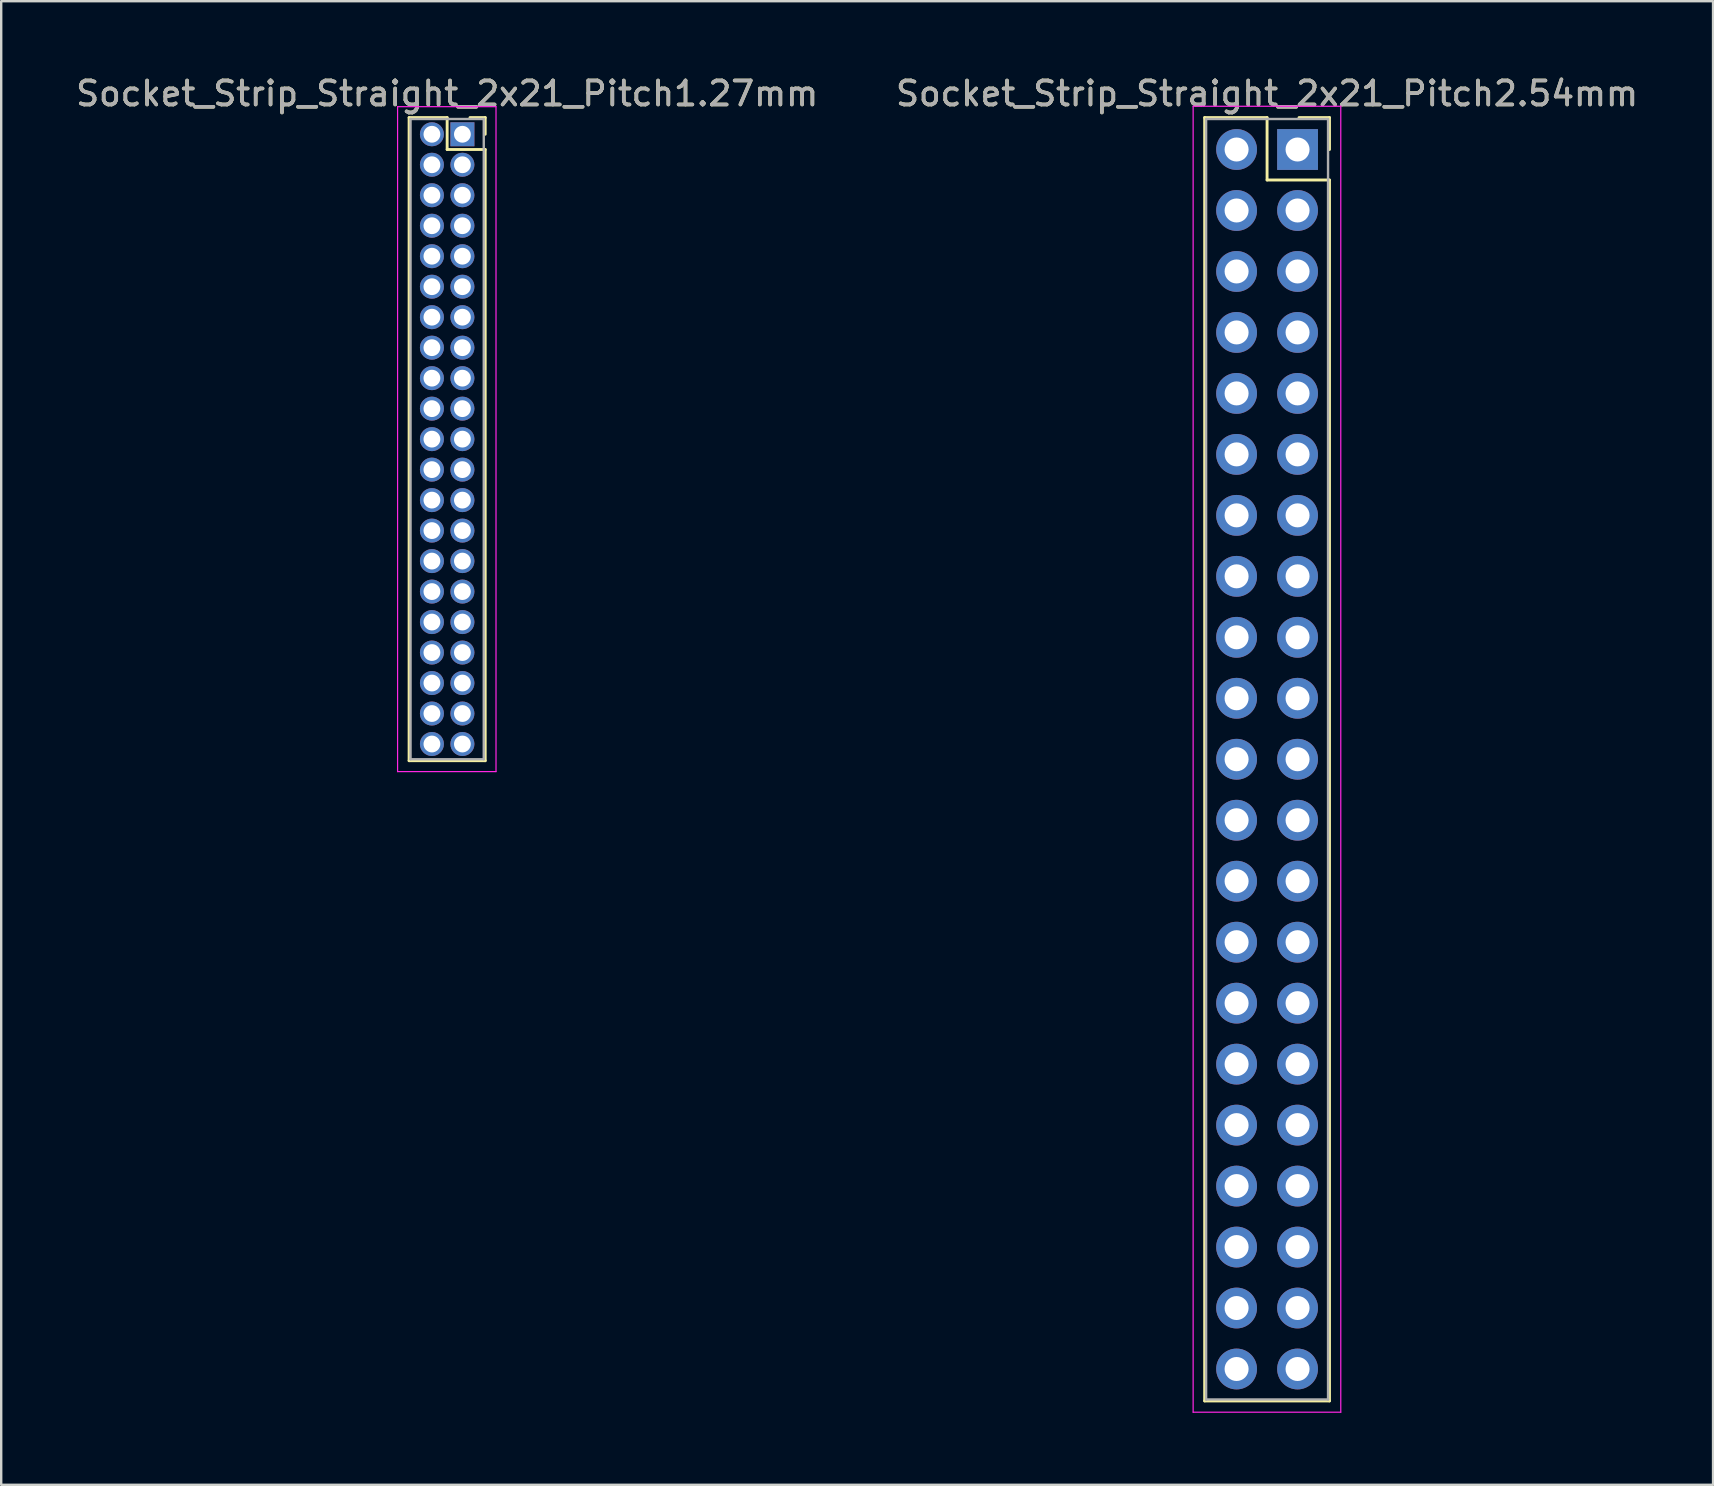
<source format=kicad_pcb>
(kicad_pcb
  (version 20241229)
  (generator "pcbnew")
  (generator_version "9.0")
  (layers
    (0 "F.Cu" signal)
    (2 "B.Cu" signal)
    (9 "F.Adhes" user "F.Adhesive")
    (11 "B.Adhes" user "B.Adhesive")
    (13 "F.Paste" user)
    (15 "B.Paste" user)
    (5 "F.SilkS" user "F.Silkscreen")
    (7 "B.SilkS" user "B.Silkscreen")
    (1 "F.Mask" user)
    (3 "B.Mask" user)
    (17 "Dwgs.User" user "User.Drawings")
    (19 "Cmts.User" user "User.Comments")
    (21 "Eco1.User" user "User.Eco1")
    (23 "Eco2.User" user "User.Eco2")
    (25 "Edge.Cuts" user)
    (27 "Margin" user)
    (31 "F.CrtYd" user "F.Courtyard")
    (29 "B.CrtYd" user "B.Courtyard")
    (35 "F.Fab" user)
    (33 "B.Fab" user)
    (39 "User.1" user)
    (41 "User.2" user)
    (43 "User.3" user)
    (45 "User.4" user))
  (footprint "Socket_Strip_Straight_2x21_Pitch1.27mm"
    (layer "F.Cu")
    (at 16.212 2.543)
    (property "Reference" "Socket_Strip_Straight_2x21_Pitch1.27mm" (at -0.635 -1.695 0) (layer "F.SilkS") (effects (font (size 1 1) (thickness 0.15))))
    (attr through_hole)
    (fp_line (start -2.22 -0.695) (end -0.635 -0.695) (stroke (width 0.12) (type solid)) (layer "F.SilkS"))
    (fp_line (start -2.22 26.095) (end -2.22 -0.695) (stroke (width 0.12) (type solid)) (layer "F.SilkS"))
    (fp_line (start -0.635 -0.695) (end -0.635 0.635) (stroke (width 0.12) (type solid)) (layer "F.SilkS"))
    (fp_line (start -0.635 0.635) (end 0.95 0.635) (stroke (width 0.12) (type solid)) (layer "F.SilkS"))
    (fp_line (start 0.95 -0.695) (end 0.315 -0.695) (stroke (width 0.12) (type solid)) (layer "F.SilkS"))
    (fp_line (start 0.95 0) (end 0.95 -0.695) (stroke (width 0.12) (type solid)) (layer "F.SilkS"))
    (fp_line (start 0.95 0.635) (end 0.95 26.095) (stroke (width 0.12) (type solid)) (layer "F.SilkS"))
    (fp_line (start 0.95 26.095) (end -2.22 26.095) (stroke (width 0.12) (type solid)) (layer "F.SilkS"))
    (fp_line (start -2.7 -1.15) (end -2.7 26.55) (stroke (width 0.05) (type solid)) (layer "F.CrtYd"))
    (fp_line (start -2.7 26.55) (end 1.4 26.55) (stroke (width 0.05) (type solid)) (layer "F.CrtYd"))
    (fp_line (start 1.4 -1.15) (end -2.7 -1.15) (stroke (width 0.05) (type solid)) (layer "F.CrtYd"))
    (fp_line (start 1.4 26.55) (end 1.4 -1.15) (stroke (width 0.05) (type solid)) (layer "F.CrtYd"))
    (fp_line (start -2.16 -0.635) (end -2.16 26.035) (stroke (width 0.1) (type solid)) (layer "F.Fab"))
    (fp_line (start -2.16 26.035) (end 0.89 26.035) (stroke (width 0.1) (type solid)) (layer "F.Fab"))
    (fp_line (start 0.89 -0.635) (end -2.16 -0.635) (stroke (width 0.1) (type solid)) (layer "F.Fab"))
    (fp_line (start 0.89 26.035) (end 0.89 -0.635) (stroke (width 0.1) (type solid)) (layer "F.Fab"))
    (fp_text user "${REFERENCE}" (at -0.635 -1.695 0) (layer "F.Fab") (effects (font (size 1 1) (thickness 0.15))))
    (pad "1" thru_hole rect (at 0 0) (size 1 1) (drill 0.7) (layers "*.Cu" "*.Mask"))
    (pad "2" thru_hole oval (at -1.27 0) (size 1 1) (drill 0.7) (layers "*.Cu" "*.Mask"))
    (pad "3" thru_hole oval (at 0 1.27) (size 1 1) (drill 0.7) (layers "*.Cu" "*.Mask"))
    (pad "4" thru_hole oval (at -1.27 1.27) (size 1 1) (drill 0.7) (layers "*.Cu" "*.Mask"))
    (pad "5" thru_hole oval (at 0 2.54) (size 1 1) (drill 0.7) (layers "*.Cu" "*.Mask"))
    (pad "6" thru_hole oval (at -1.27 2.54) (size 1 1) (drill 0.7) (layers "*.Cu" "*.Mask"))
    (pad "7" thru_hole oval (at 0 3.81) (size 1 1) (drill 0.7) (layers "*.Cu" "*.Mask"))
    (pad "8" thru_hole oval (at -1.27 3.81) (size 1 1) (drill 0.7) (layers "*.Cu" "*.Mask"))
    (pad "9" thru_hole oval (at 0 5.08) (size 1 1) (drill 0.7) (layers "*.Cu" "*.Mask"))
    (pad "10" thru_hole oval (at -1.27 5.08) (size 1 1) (drill 0.7) (layers "*.Cu" "*.Mask"))
    (pad "11" thru_hole oval (at 0 6.35) (size 1 1) (drill 0.7) (layers "*.Cu" "*.Mask"))
    (pad "12" thru_hole oval (at -1.27 6.35) (size 1 1) (drill 0.7) (layers "*.Cu" "*.Mask"))
    (pad "13" thru_hole oval (at 0 7.62) (size 1 1) (drill 0.7) (layers "*.Cu" "*.Mask"))
    (pad "14" thru_hole oval (at -1.27 7.62) (size 1 1) (drill 0.7) (layers "*.Cu" "*.Mask"))
    (pad "15" thru_hole oval (at 0 8.89) (size 1 1) (drill 0.7) (layers "*.Cu" "*.Mask"))
    (pad "16" thru_hole oval (at -1.27 8.89) (size 1 1) (drill 0.7) (layers "*.Cu" "*.Mask"))
    (pad "17" thru_hole oval (at 0 10.16) (size 1 1) (drill 0.7) (layers "*.Cu" "*.Mask"))
    (pad "18" thru_hole oval (at -1.27 10.16) (size 1 1) (drill 0.7) (layers "*.Cu" "*.Mask"))
    (pad "19" thru_hole oval (at 0 11.43) (size 1 1) (drill 0.7) (layers "*.Cu" "*.Mask"))
    (pad "20" thru_hole oval (at -1.27 11.43) (size 1 1) (drill 0.7) (layers "*.Cu" "*.Mask"))
    (pad "21" thru_hole oval (at 0 12.7) (size 1 1) (drill 0.7) (layers "*.Cu" "*.Mask"))
    (pad "22" thru_hole oval (at -1.27 12.7) (size 1 1) (drill 0.7) (layers "*.Cu" "*.Mask"))
    (pad "23" thru_hole oval (at 0 13.97) (size 1 1) (drill 0.7) (layers "*.Cu" "*.Mask"))
    (pad "24" thru_hole oval (at -1.27 13.97) (size 1 1) (drill 0.7) (layers "*.Cu" "*.Mask"))
    (pad "25" thru_hole oval (at 0 15.24) (size 1 1) (drill 0.7) (layers "*.Cu" "*.Mask"))
    (pad "26" thru_hole oval (at -1.27 15.24) (size 1 1) (drill 0.7) (layers "*.Cu" "*.Mask"))
    (pad "27" thru_hole oval (at 0 16.51) (size 1 1) (drill 0.7) (layers "*.Cu" "*.Mask"))
    (pad "28" thru_hole oval (at -1.27 16.51) (size 1 1) (drill 0.7) (layers "*.Cu" "*.Mask"))
    (pad "29" thru_hole oval (at 0 17.78) (size 1 1) (drill 0.7) (layers "*.Cu" "*.Mask"))
    (pad "30" thru_hole oval (at -1.27 17.78) (size 1 1) (drill 0.7) (layers "*.Cu" "*.Mask"))
    (pad "31" thru_hole oval (at 0 19.05) (size 1 1) (drill 0.7) (layers "*.Cu" "*.Mask"))
    (pad "32" thru_hole oval (at -1.27 19.05) (size 1 1) (drill 0.7) (layers "*.Cu" "*.Mask"))
    (pad "33" thru_hole oval (at 0 20.32) (size 1 1) (drill 0.7) (layers "*.Cu" "*.Mask"))
    (pad "34" thru_hole oval (at -1.27 20.32) (size 1 1) (drill 0.7) (layers "*.Cu" "*.Mask"))
    (pad "35" thru_hole oval (at 0 21.59) (size 1 1) (drill 0.7) (layers "*.Cu" "*.Mask"))
    (pad "36" thru_hole oval (at -1.27 21.59) (size 1 1) (drill 0.7) (layers "*.Cu" "*.Mask"))
    (pad "37" thru_hole oval (at 0 22.86) (size 1 1) (drill 0.7) (layers "*.Cu" "*.Mask"))
    (pad "38" thru_hole oval (at -1.27 22.86) (size 1 1) (drill 0.7) (layers "*.Cu" "*.Mask"))
    (pad "39" thru_hole oval (at 0 24.13) (size 1 1) (drill 0.7) (layers "*.Cu" "*.Mask"))
    (pad "40" thru_hole oval (at -1.27 24.13) (size 1 1) (drill 0.7) (layers "*.Cu" "*.Mask"))
    (pad "41" thru_hole oval (at 0 25.4) (size 1 1) (drill 0.7) (layers "*.Cu" "*.Mask"))
    (pad "42" thru_hole oval (at -1.27 25.4) (size 1 1) (drill 0.7) (layers "*.Cu" "*.Mask")))
  (footprint "Socket_Strip_Straight_2x21_Pitch2.54mm"
    (layer "F.Cu")
    (at 51.002 3.178)
    (property "Reference" "Socket_Strip_Straight_2x21_Pitch2.54mm" (at -1.27 -2.33 0) (layer "F.SilkS") (effects (font (size 1 1) (thickness 0.15))))
    (attr through_hole)
    (fp_line (start -3.87 -1.33) (end -1.27 -1.33) (stroke (width 0.12) (type solid)) (layer "F.SilkS"))
    (fp_line (start -3.87 52.13) (end -3.87 -1.33) (stroke (width 0.12) (type solid)) (layer "F.SilkS"))
    (fp_line (start -1.27 -1.33) (end -1.27 1.27) (stroke (width 0.12) (type solid)) (layer "F.SilkS"))
    (fp_line (start -1.27 1.27) (end 1.33 1.27) (stroke (width 0.12) (type solid)) (layer "F.SilkS"))
    (fp_line (start 1.33 -1.33) (end 0.06 -1.33) (stroke (width 0.12) (type solid)) (layer "F.SilkS"))
    (fp_line (start 1.33 0) (end 1.33 -1.33) (stroke (width 0.12) (type solid)) (layer "F.SilkS"))
    (fp_line (start 1.33 1.27) (end 1.33 52.13) (stroke (width 0.12) (type solid)) (layer "F.SilkS"))
    (fp_line (start 1.33 52.13) (end -3.87 52.13) (stroke (width 0.12) (type solid)) (layer "F.SilkS"))
    (fp_line (start -4.35 -1.8) (end -4.35 52.6) (stroke (width 0.05) (type solid)) (layer "F.CrtYd"))
    (fp_line (start -4.35 52.6) (end 1.8 52.6) (stroke (width 0.05) (type solid)) (layer "F.CrtYd"))
    (fp_line (start 1.8 -1.8) (end -4.35 -1.8) (stroke (width 0.05) (type solid)) (layer "F.CrtYd"))
    (fp_line (start 1.8 52.6) (end 1.8 -1.8) (stroke (width 0.05) (type solid)) (layer "F.CrtYd"))
    (fp_line (start -3.81 -1.27) (end -3.81 52.07) (stroke (width 0.1) (type solid)) (layer "F.Fab"))
    (fp_line (start -3.81 52.07) (end 1.27 52.07) (stroke (width 0.1) (type solid)) (layer "F.Fab"))
    (fp_line (start 1.27 -1.27) (end -3.81 -1.27) (stroke (width 0.1) (type solid)) (layer "F.Fab"))
    (fp_line (start 1.27 52.07) (end 1.27 -1.27) (stroke (width 0.1) (type solid)) (layer "F.Fab"))
    (fp_text user "${REFERENCE}" (at -1.27 -2.33 0) (layer "F.Fab") (effects (font (size 1 1) (thickness 0.15))))
    (pad "1" thru_hole rect (at 0 0) (size 1.7 1.7) (drill 1) (layers "*.Cu" "*.Mask"))
    (pad "2" thru_hole oval (at -2.54 0) (size 1.7 1.7) (drill 1) (layers "*.Cu" "*.Mask"))
    (pad "3" thru_hole oval (at 0 2.54) (size 1.7 1.7) (drill 1) (layers "*.Cu" "*.Mask"))
    (pad "4" thru_hole oval (at -2.54 2.54) (size 1.7 1.7) (drill 1) (layers "*.Cu" "*.Mask"))
    (pad "5" thru_hole oval (at 0 5.08) (size 1.7 1.7) (drill 1) (layers "*.Cu" "*.Mask"))
    (pad "6" thru_hole oval (at -2.54 5.08) (size 1.7 1.7) (drill 1) (layers "*.Cu" "*.Mask"))
    (pad "7" thru_hole oval (at 0 7.62) (size 1.7 1.7) (drill 1) (layers "*.Cu" "*.Mask"))
    (pad "8" thru_hole oval (at -2.54 7.62) (size 1.7 1.7) (drill 1) (layers "*.Cu" "*.Mask"))
    (pad "9" thru_hole oval (at 0 10.16) (size 1.7 1.7) (drill 1) (layers "*.Cu" "*.Mask"))
    (pad "10" thru_hole oval (at -2.54 10.16) (size 1.7 1.7) (drill 1) (layers "*.Cu" "*.Mask"))
    (pad "11" thru_hole oval (at 0 12.7) (size 1.7 1.7) (drill 1) (layers "*.Cu" "*.Mask"))
    (pad "12" thru_hole oval (at -2.54 12.7) (size 1.7 1.7) (drill 1) (layers "*.Cu" "*.Mask"))
    (pad "13" thru_hole oval (at 0 15.24) (size 1.7 1.7) (drill 1) (layers "*.Cu" "*.Mask"))
    (pad "14" thru_hole oval (at -2.54 15.24) (size 1.7 1.7) (drill 1) (layers "*.Cu" "*.Mask"))
    (pad "15" thru_hole oval (at 0 17.78) (size 1.7 1.7) (drill 1) (layers "*.Cu" "*.Mask"))
    (pad "16" thru_hole oval (at -2.54 17.78) (size 1.7 1.7) (drill 1) (layers "*.Cu" "*.Mask"))
    (pad "17" thru_hole oval (at 0 20.32) (size 1.7 1.7) (drill 1) (layers "*.Cu" "*.Mask"))
    (pad "18" thru_hole oval (at -2.54 20.32) (size 1.7 1.7) (drill 1) (layers "*.Cu" "*.Mask"))
    (pad "19" thru_hole oval (at 0 22.86) (size 1.7 1.7) (drill 1) (layers "*.Cu" "*.Mask"))
    (pad "20" thru_hole oval (at -2.54 22.86) (size 1.7 1.7) (drill 1) (layers "*.Cu" "*.Mask"))
    (pad "21" thru_hole oval (at 0 25.4) (size 1.7 1.7) (drill 1) (layers "*.Cu" "*.Mask"))
    (pad "22" thru_hole oval (at -2.54 25.4) (size 1.7 1.7) (drill 1) (layers "*.Cu" "*.Mask"))
    (pad "23" thru_hole oval (at 0 27.94) (size 1.7 1.7) (drill 1) (layers "*.Cu" "*.Mask"))
    (pad "24" thru_hole oval (at -2.54 27.94) (size 1.7 1.7) (drill 1) (layers "*.Cu" "*.Mask"))
    (pad "25" thru_hole oval (at 0 30.48) (size 1.7 1.7) (drill 1) (layers "*.Cu" "*.Mask"))
    (pad "26" thru_hole oval (at -2.54 30.48) (size 1.7 1.7) (drill 1) (layers "*.Cu" "*.Mask"))
    (pad "27" thru_hole oval (at 0 33.02) (size 1.7 1.7) (drill 1) (layers "*.Cu" "*.Mask"))
    (pad "28" thru_hole oval (at -2.54 33.02) (size 1.7 1.7) (drill 1) (layers "*.Cu" "*.Mask"))
    (pad "29" thru_hole oval (at 0 35.56) (size 1.7 1.7) (drill 1) (layers "*.Cu" "*.Mask"))
    (pad "30" thru_hole oval (at -2.54 35.56) (size 1.7 1.7) (drill 1) (layers "*.Cu" "*.Mask"))
    (pad "31" thru_hole oval (at 0 38.1) (size 1.7 1.7) (drill 1) (layers "*.Cu" "*.Mask"))
    (pad "32" thru_hole oval (at -2.54 38.1) (size 1.7 1.7) (drill 1) (layers "*.Cu" "*.Mask"))
    (pad "33" thru_hole oval (at 0 40.64) (size 1.7 1.7) (drill 1) (layers "*.Cu" "*.Mask"))
    (pad "34" thru_hole oval (at -2.54 40.64) (size 1.7 1.7) (drill 1) (layers "*.Cu" "*.Mask"))
    (pad "35" thru_hole oval (at 0 43.18) (size 1.7 1.7) (drill 1) (layers "*.Cu" "*.Mask"))
    (pad "36" thru_hole oval (at -2.54 43.18) (size 1.7 1.7) (drill 1) (layers "*.Cu" "*.Mask"))
    (pad "37" thru_hole oval (at 0 45.72) (size 1.7 1.7) (drill 1) (layers "*.Cu" "*.Mask"))
    (pad "38" thru_hole oval (at -2.54 45.72) (size 1.7 1.7) (drill 1) (layers "*.Cu" "*.Mask"))
    (pad "39" thru_hole oval (at 0 48.26) (size 1.7 1.7) (drill 1) (layers "*.Cu" "*.Mask"))
    (pad "40" thru_hole oval (at -2.54 48.26) (size 1.7 1.7) (drill 1) (layers "*.Cu" "*.Mask"))
    (pad "41" thru_hole oval (at 0 50.8) (size 1.7 1.7) (drill 1) (layers "*.Cu" "*.Mask"))
    (pad "42" thru_hole oval (at -2.54 50.8) (size 1.7 1.7) (drill 1) (layers "*.Cu" "*.Mask")))
  (gr_rect
    (start -3 -3)
    (end 68.31 58.803)
    (stroke (width 0.1) (type default))
    (fill no)
    (layer "Edge.Cuts")))
</source>
